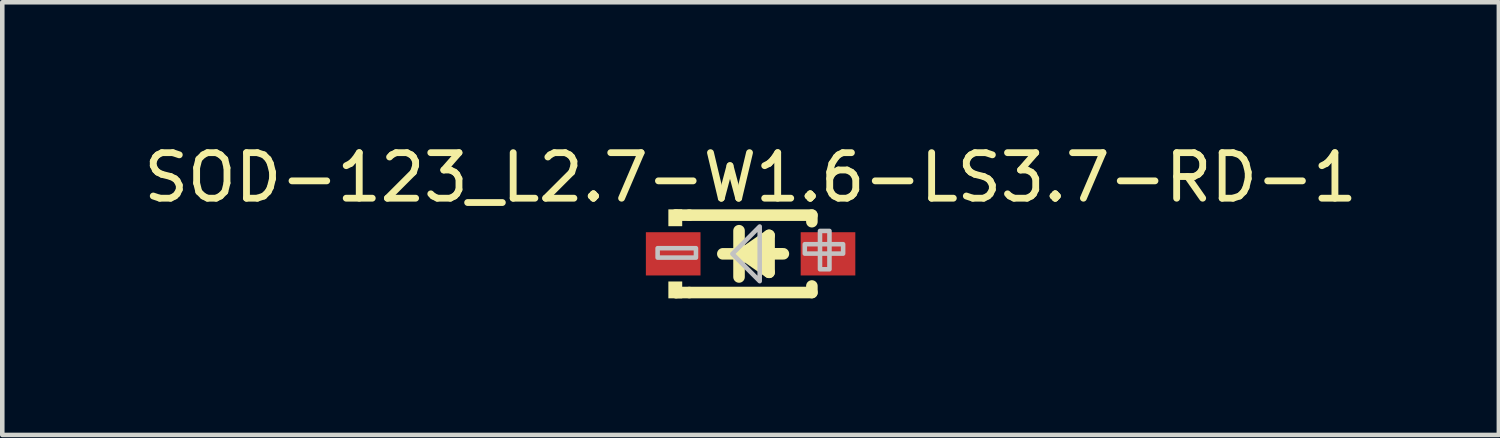
<source format=kicad_pcb>
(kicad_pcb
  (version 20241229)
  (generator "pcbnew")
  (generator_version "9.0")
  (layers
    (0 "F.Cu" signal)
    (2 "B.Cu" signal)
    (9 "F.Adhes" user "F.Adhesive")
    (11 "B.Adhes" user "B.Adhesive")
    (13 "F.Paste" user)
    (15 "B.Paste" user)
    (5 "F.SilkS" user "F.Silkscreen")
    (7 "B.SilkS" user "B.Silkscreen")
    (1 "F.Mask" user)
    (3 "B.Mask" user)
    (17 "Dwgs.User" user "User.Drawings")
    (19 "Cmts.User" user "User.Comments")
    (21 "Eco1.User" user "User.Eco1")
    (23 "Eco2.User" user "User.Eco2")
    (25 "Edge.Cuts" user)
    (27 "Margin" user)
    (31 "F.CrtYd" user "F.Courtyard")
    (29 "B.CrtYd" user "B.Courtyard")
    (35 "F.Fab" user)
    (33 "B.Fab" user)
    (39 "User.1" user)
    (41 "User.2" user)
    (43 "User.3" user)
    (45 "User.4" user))
  (footprint "SOD-123_L2.7-W1.6-LS3.7-RD-1"
    (layer "F.Cu")
    (at 13.435 2.525)
    (property "Reference" "SOD-123_L2.7-W1.6-LS3.7-RD-1" (at 0 -1.677 0) (unlocked yes) (layer "F.SilkS") (effects (font (size 1 1) (thickness 0.15))))
    (fp_line (start -1.643 -0.85) (end -1.644 -0.849) (stroke (width 0.254) (type default)) (layer "F.SilkS"))
    (fp_line (start -1.638 0.85) (end -1.639 0.849) (stroke (width 0.254) (type default)) (layer "F.SilkS"))
    (fp_line (start -1.346 -0.85) (end -1.643 -0.85) (stroke (width 0.254) (type default)) (layer "F.SilkS"))
    (fp_line (start -1.346 -0.85) (end 1.346 -0.85) (stroke (width 0.254) (type default)) (layer "F.SilkS"))
    (fp_line (start -1.346 0.85) (end -1.638 0.85) (stroke (width 0.254) (type default)) (layer "F.SilkS"))
    (fp_line (start -0.28 0) (end -0.61 0) (stroke (width 0.254) (type default)) (layer "F.SilkS"))
    (fp_line (start -0.254 -0.508) (end -0.254 0.508) (stroke (width 0.254) (type default)) (layer "F.SilkS"))
    (fp_line (start -0.178 0) (end 0.406 -0.406) (stroke (width 0.254) (type default)) (layer "F.SilkS"))
    (fp_line (start 0.406 -0.406) (end 0.406 0.406) (stroke (width 0.254) (type default)) (layer "F.SilkS"))
    (fp_line (start 0.406 -0.001) (end 0.72 -0.001) (stroke (width 0.254) (type default)) (layer "F.SilkS"))
    (fp_line (start 0.406 0.406) (end -0.178 0) (stroke (width 0.254) (type default)) (layer "F.SilkS"))
    (fp_line (start 1.346 -0.85) (end 1.346 -0.706) (stroke (width 0.254) (type default)) (layer "F.SilkS"))
    (fp_line (start 1.346 0.706) (end 1.346 0.85) (stroke (width 0.254) (type default)) (layer "F.SilkS"))
    (fp_line (start 1.346 0.85) (end -1.346 0.85) (stroke (width 0.254) (type default)) (layer "F.SilkS"))
    (fp_poly (pts (xy 0.406 0.406) (xy 0.406 -0.406) (xy -0.178 0)) (stroke (width 0) (type default)) (fill yes) (layer "F.SilkS"))
    (fp_poly (pts (xy -1.502 -0.977) (xy -1.502 -0.607) (xy -1.806 -0.607) (xy -1.806 -0.977)) (stroke (width 0) (type default)) (fill yes) (layer "F.SilkS"))
    (fp_poly (pts (xy -1.502 0.977) (xy -1.502 0.607) (xy -1.806 0.607) (xy -1.806 0.977)) (stroke (width 0) (type default)) (fill yes) (layer "F.SilkS"))
    (fp_poly (pts (xy -0.4 0) (xy 0.2 0.6) (xy 0.2 -0.6)) (stroke (width 0.1) (type default)) (fill no) (layer "Dwgs.User"))
    (fp_poly (pts (xy -2.042 -0.124) (xy -1.2 -0.124) (xy -1.2 0.083) (xy -2.042 0.083)) (stroke (width 0.1) (type default)) (fill no) (layer "Dwgs.User"))
    (fp_poly (pts (xy 1.19 -0.212) (xy 2.032 -0.212) (xy 2.032 -0.005) (xy 1.19 -0.005)) (stroke (width 0.1) (type default)) (fill no) (layer "Dwgs.User"))
    (fp_poly (pts (xy 1.524 0.339) (xy 1.524 -0.503) (xy 1.732 -0.503) (xy 1.732 0.339)) (stroke (width 0.1) (type default)) (fill no) (layer "Dwgs.User"))
    (fp_poly (pts (xy -1.85 0.275) (xy -1.85 -0.275) (xy -1.5 -0.275) (xy -1.5 0.275)) (stroke (width 0.1) (type default)) (fill no) (layer "User.1"))
    (fp_poly (pts (xy -1.51 0.275) (xy -1.51 -0.275) (xy -1.34 -0.275) (xy -1.34 0.275)) (stroke (width 0.1) (type default)) (fill no) (layer "User.1"))
    (fp_poly (pts (xy 1.34 0.275) (xy 1.34 -0.275) (xy 1.51 -0.275) (xy 1.51 0.275)) (stroke (width 0.1) (type default)) (fill no) (layer "User.1"))
    (fp_poly (pts (xy 1.5 0.275) (xy 1.5 -0.275) (xy 1.85 -0.275) (xy 1.85 0.275)) (stroke (width 0.1) (type default)) (fill no) (layer "User.1"))
    (fp_line (start -1.35 -0.8) (end 1.35 -0.8) (stroke (width 0.051) (type default)) (layer "User.2"))
    (fp_line (start -1.35 0.8) (end -1.35 -0.8) (stroke (width 0.051) (type default)) (layer "User.2"))
    (fp_line (start 1.35 -0.8) (end 1.35 0.8) (stroke (width 0.051) (type default)) (layer "User.2"))
    (fp_line (start 1.35 0.8) (end -1.35 0.8) (stroke (width 0.051) (type default)) (layer "User.2"))
    (fp_poly (pts (xy -1.79 0.8) (xy -1.808 0.758) (xy -1.85 0.74) (xy -1.892 0.758) (xy -1.91 0.8) (xy -1.892 0.842) (xy -1.85 0.86) (xy -1.808 0.842)) (stroke (width 0.1) (type default)) (fill no) (layer "User.3"))
    (pad "1" smd rect (at -1.7 0) (size 1.2 0.95) (layers "F.Cu" "F.Mask" "F.Paste"))
    (pad "2" smd rect (at 1.7 0) (size 1.2 0.95) (layers "F.Cu" "F.Mask" "F.Paste")))
  (gr_rect
    (start -3 -3)
    (end 29.869 6.502)
    (stroke (width 0.1) (type default))
    (fill no)
    (layer "Edge.Cuts")))
</source>
